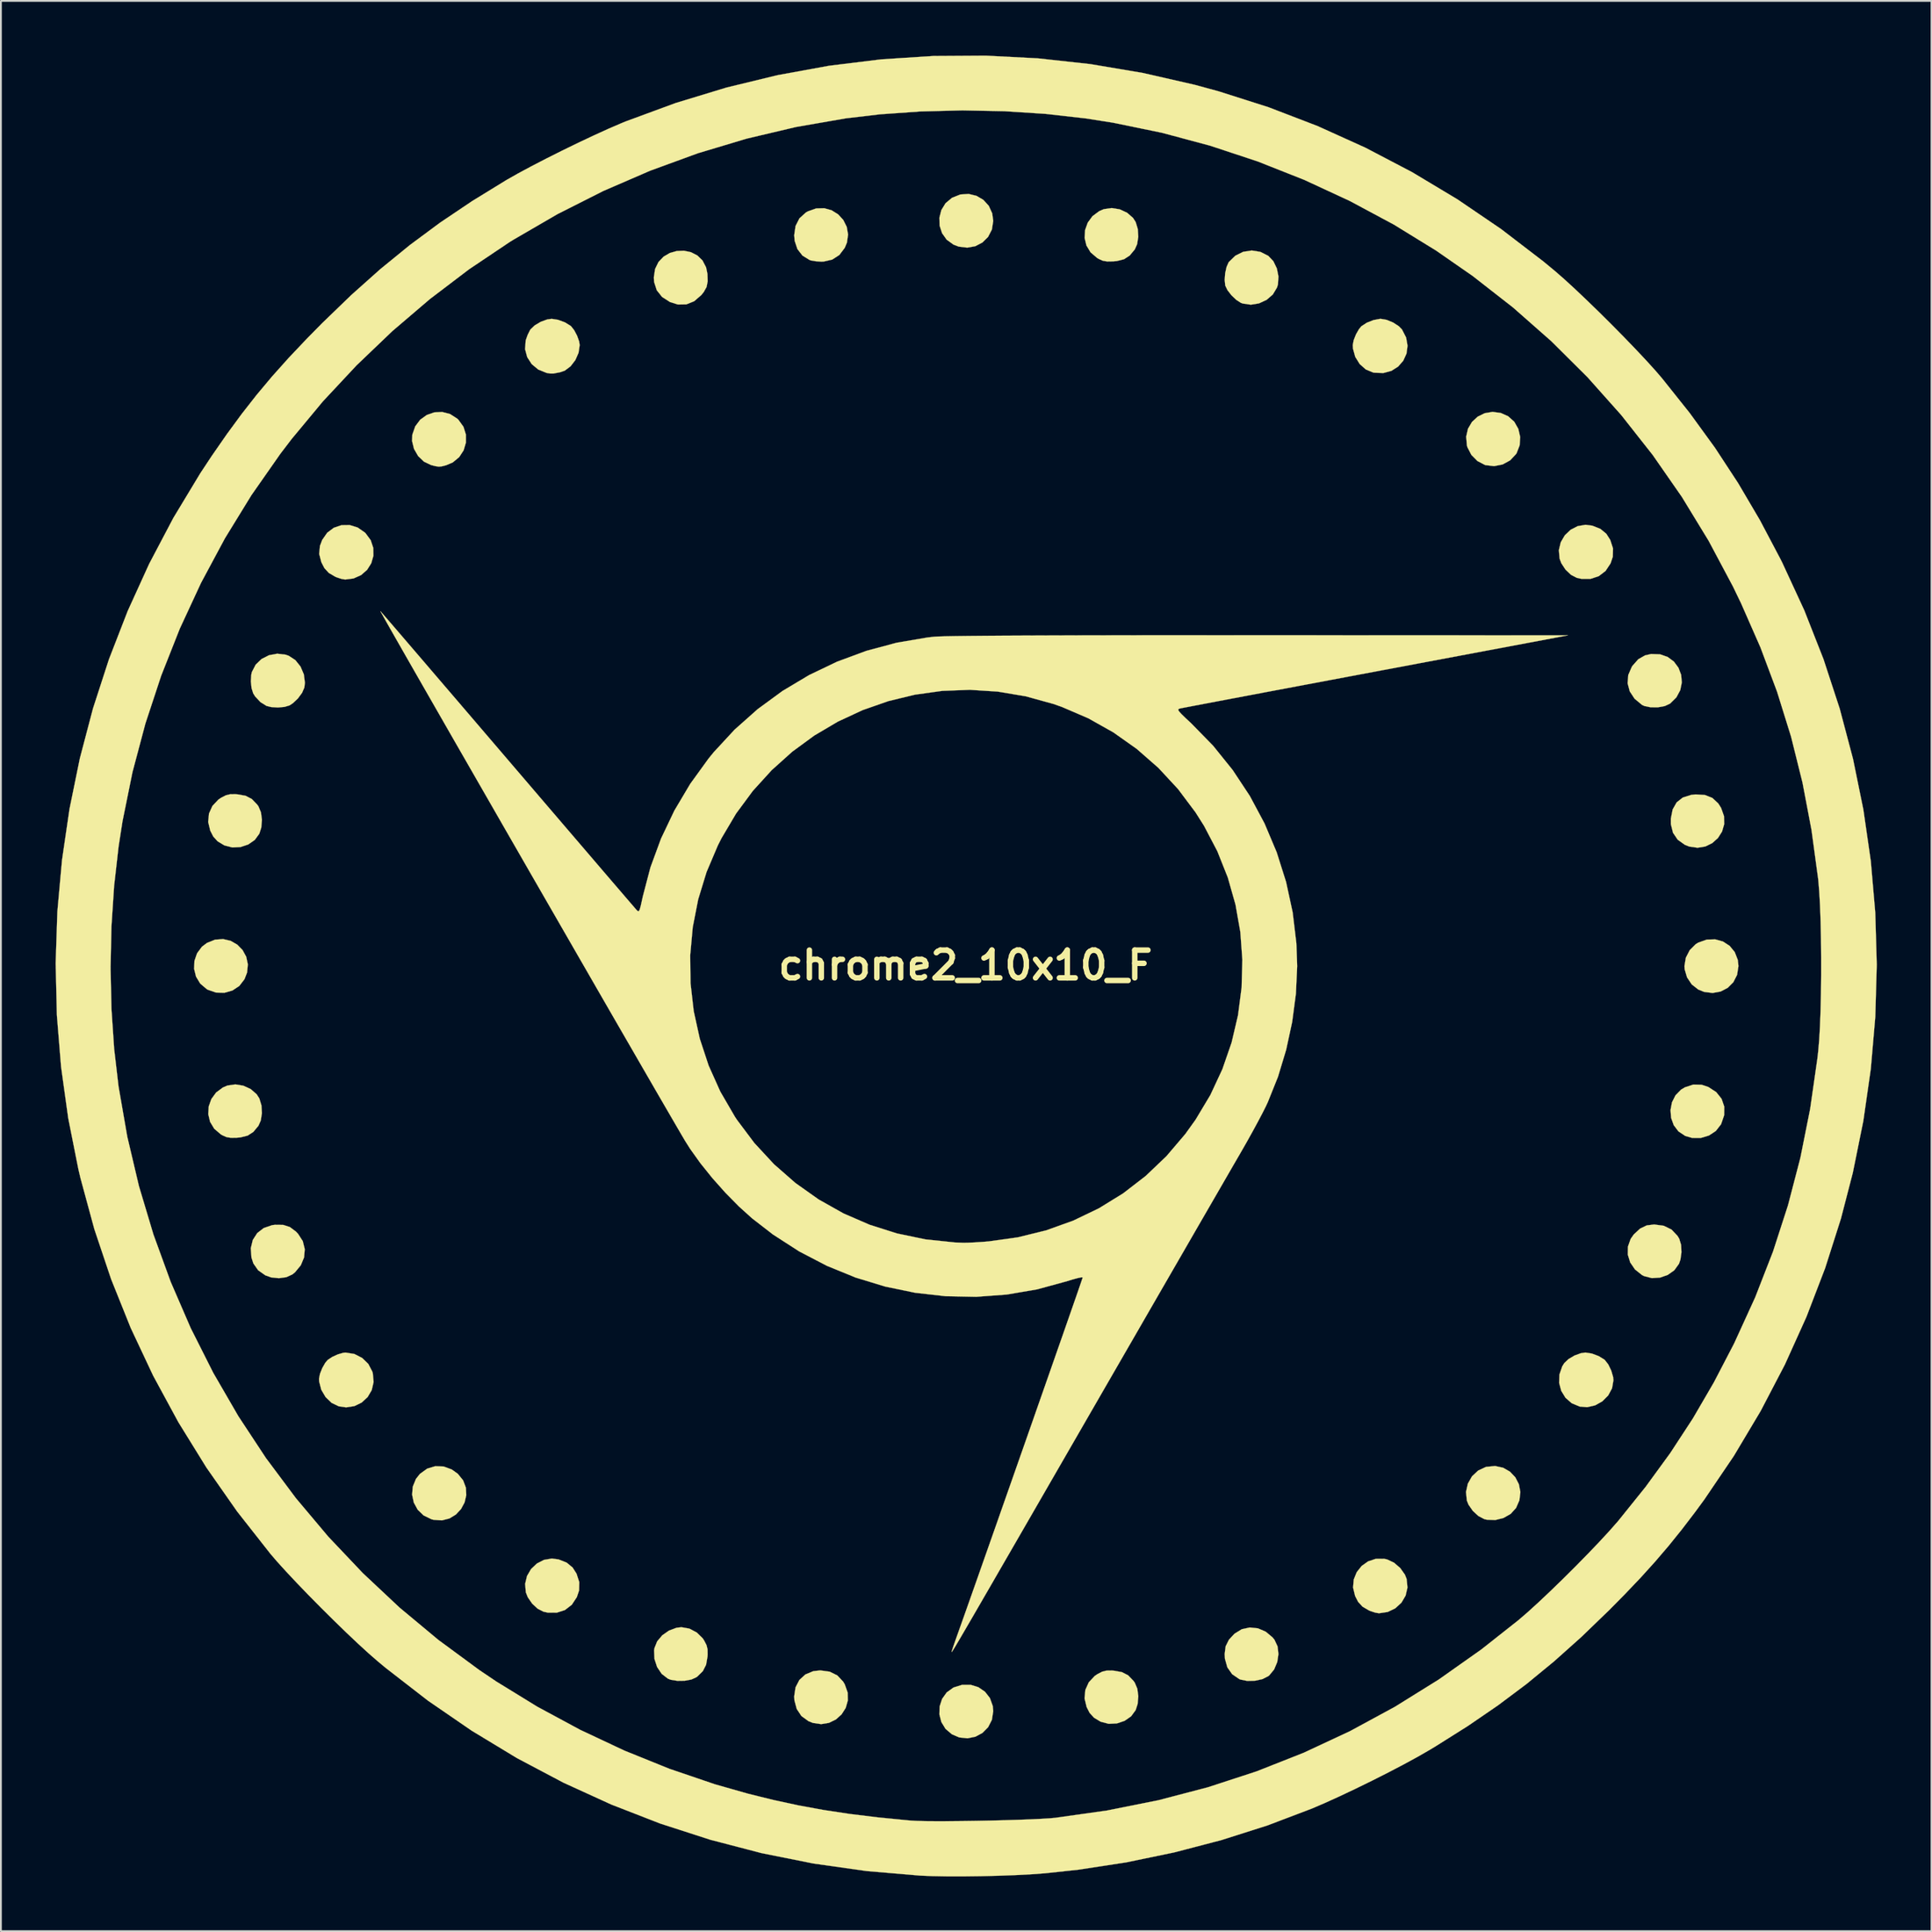
<source format=kicad_pcb>
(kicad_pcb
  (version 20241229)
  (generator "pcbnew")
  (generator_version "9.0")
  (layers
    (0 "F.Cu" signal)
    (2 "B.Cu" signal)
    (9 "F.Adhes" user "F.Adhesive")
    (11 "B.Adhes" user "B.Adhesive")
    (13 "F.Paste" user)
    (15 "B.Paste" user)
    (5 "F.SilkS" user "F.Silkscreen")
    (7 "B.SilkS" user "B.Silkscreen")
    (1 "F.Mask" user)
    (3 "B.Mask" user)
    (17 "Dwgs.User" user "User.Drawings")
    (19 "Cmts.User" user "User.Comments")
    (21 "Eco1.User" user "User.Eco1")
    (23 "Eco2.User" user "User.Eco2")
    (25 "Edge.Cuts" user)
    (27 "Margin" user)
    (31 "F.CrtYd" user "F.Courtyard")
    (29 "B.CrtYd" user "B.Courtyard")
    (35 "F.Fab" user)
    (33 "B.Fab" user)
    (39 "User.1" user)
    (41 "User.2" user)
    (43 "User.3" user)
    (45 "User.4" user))
  (footprint "chrome2_10x10_F"
    (layer "F.Cu")
    (at 49.93 49.921)
    (property "Reference" "chrome2_10x10_F" (at 0 0 0) (layer "F.SilkS") (effects (font (size 1.524 1.524) (thickness 0.3))))
    (attr through_hole)
    (fp_poly (pts (xy -40.323 -1.341) (xy -39.961 -1.134) (xy -39.67 -0.837) (xy -39.469 -0.469) (xy -39.38 -0.051) (xy -39.422 0.397) (xy -39.565 0.765) (xy -39.848 1.133) (xy -40.226 1.383) (xy -40.663 1.508) (xy -41.124 1.497) (xy -41.573 1.342) (xy -41.636 1.306) (xy -41.992 1.004) (xy -42.222 0.623) (xy -42.328 0.196) (xy -42.309 -0.243) (xy -42.166 -0.659) (xy -41.898 -1.019) (xy -41.628 -1.224) (xy -41.177 -1.406) (xy -40.735 -1.438) (xy -40.323 -1.341)) (stroke (width 0.01) (type solid)) (fill yes) (layer "F.SilkS"))
    (fp_poly (pts (xy -28.636 27.504) (xy -28.184 27.671) (xy -27.86 27.903) (xy -27.566 28.265) (xy -27.415 28.664) (xy -27.393 29.076) (xy -27.486 29.475) (xy -27.681 29.838) (xy -27.962 30.139) (xy -28.316 30.355) (xy -28.728 30.46) (xy -29.184 30.43) (xy -29.302 30.399) (xy -29.733 30.19) (xy -30.059 29.874) (xy -30.272 29.484) (xy -30.364 29.052) (xy -30.328 28.609) (xy -30.155 28.187) (xy -29.936 27.91) (xy -29.541 27.624) (xy -29.098 27.489) (xy -28.636 27.504)) (stroke (width 0.01) (type solid)) (fill yes) (layer "F.SilkS"))
    (fp_poly (pts (xy -22.332 32.602) (xy -21.885 32.779) (xy -21.559 33.047) (xy -21.343 33.386) (xy -21.192 33.852) (xy -21.203 34.306) (xy -21.326 34.671) (xy -21.602 35.089) (xy -21.975 35.377) (xy -22.422 35.525) (xy -22.921 35.523) (xy -23.162 35.469) (xy -23.481 35.304) (xy -23.781 35.023) (xy -24.017 34.679) (xy -24.124 34.408) (xy -24.163 33.945) (xy -24.059 33.511) (xy -23.837 33.131) (xy -23.519 32.829) (xy -23.131 32.629) (xy -22.696 32.555) (xy -22.332 32.602)) (stroke (width 0.01) (type solid)) (fill yes) (layer "F.SilkS"))
    (fp_poly (pts (xy -7.449 38.764) (xy -7.031 38.97) (xy -6.709 39.314) (xy -6.625 39.455) (xy -6.465 39.906) (xy -6.455 40.345) (xy -6.572 40.752) (xy -6.798 41.106) (xy -7.111 41.386) (xy -7.491 41.571) (xy -7.918 41.641) (xy -8.371 41.575) (xy -8.617 41.477) (xy -8.999 41.199) (xy -9.258 40.811) (xy -9.386 40.332) (xy -9.398 40.116) (xy -9.324 39.623) (xy -9.113 39.217) (xy -8.783 38.916) (xy -8.353 38.737) (xy -7.967 38.694) (xy -7.449 38.764)) (stroke (width 0.01) (type solid)) (fill yes) (layer "F.SilkS"))
    (fp_poly (pts (xy 0.605 -42.224) (xy 0.982 -42.002) (xy 1.279 -41.676) (xy 1.468 -41.262) (xy 1.524 -40.848) (xy 1.449 -40.373) (xy 1.242 -39.973) (xy 0.93 -39.664) (xy 0.539 -39.461) (xy 0.096 -39.381) (xy -0.371 -39.439) (xy -0.658 -39.549) (xy -1.03 -39.818) (xy -1.283 -40.175) (xy -1.417 -40.587) (xy -1.43 -41.02) (xy -1.323 -41.442) (xy -1.093 -41.818) (xy -0.74 -42.114) (xy -0.734 -42.118) (xy -0.28 -42.298) (xy 0.175 -42.328) (xy 0.605 -42.224)) (stroke (width 0.01) (type solid)) (fill yes) (layer "F.SilkS"))
    (fp_poly (pts (xy 0.709 39.616) (xy 1.071 39.864) (xy 1.343 40.213) (xy 1.498 40.646) (xy 1.524 40.932) (xy 1.449 41.408) (xy 1.243 41.81) (xy 0.933 42.123) (xy 0.548 42.331) (xy 0.114 42.419) (xy -0.341 42.371) (xy -0.742 42.2) (xy -1.094 41.901) (xy -1.323 41.525) (xy -1.43 41.103) (xy -1.416 40.67) (xy -1.282 40.258) (xy -1.03 39.903) (xy -0.661 39.636) (xy -0.652 39.632) (xy -0.179 39.484) (xy 0.284 39.484) (xy 0.709 39.616)) (stroke (width 0.01) (type solid)) (fill yes) (layer "F.SilkS"))
    (fp_poly (pts (xy 34.395 -24.125) (xy 34.842 -23.948) (xy 35.167 -23.68) (xy 35.383 -23.341) (xy 35.535 -22.874) (xy 35.523 -22.42) (xy 35.401 -22.056) (xy 35.126 -21.641) (xy 34.752 -21.354) (xy 34.304 -21.206) (xy 33.803 -21.206) (xy 33.551 -21.261) (xy 33.227 -21.429) (xy 32.927 -21.715) (xy 32.697 -22.068) (xy 32.604 -22.317) (xy 32.564 -22.781) (xy 32.668 -23.215) (xy 32.89 -23.595) (xy 33.206 -23.897) (xy 33.594 -24.098) (xy 34.029 -24.172) (xy 34.395 -24.125)) (stroke (width 0.01) (type solid)) (fill yes) (layer "F.SilkS"))
    (fp_poly (pts (xy 40.399 6.556) (xy 40.767 6.679) (xy 41.197 6.959) (xy 41.491 7.325) (xy 41.639 7.754) (xy 41.635 8.223) (xy 41.47 8.707) (xy 41.459 8.729) (xy 41.179 9.089) (xy 40.798 9.341) (xy 40.353 9.474) (xy 39.885 9.475) (xy 39.497 9.363) (xy 39.127 9.116) (xy 38.869 8.775) (xy 38.724 8.373) (xy 38.691 7.944) (xy 38.771 7.52) (xy 38.964 7.135) (xy 39.271 6.822) (xy 39.48 6.697) (xy 39.946 6.545) (xy 40.399 6.556)) (stroke (width 0.01) (type solid)) (fill yes) (layer "F.SilkS"))
    (fp_poly (pts (xy 40.579 -9.345) (xy 40.987 -9.183) (xy 41.309 -8.883) (xy 41.466 -8.636) (xy 41.625 -8.185) (xy 41.636 -7.745) (xy 41.518 -7.339) (xy 41.293 -6.985) (xy 40.98 -6.705) (xy 40.6 -6.52) (xy 40.173 -6.45) (xy 39.719 -6.516) (xy 39.474 -6.614) (xy 39.084 -6.893) (xy 38.828 -7.272) (xy 38.711 -7.74) (xy 38.709 -8.048) (xy 38.809 -8.554) (xy 39.028 -8.94) (xy 39.365 -9.205) (xy 39.821 -9.35) (xy 40.069 -9.376) (xy 40.579 -9.345)) (stroke (width 0.01) (type solid)) (fill yes) (layer "F.SilkS"))
    (fp_poly (pts (xy 41.568 -1.304) (xy 41.935 -1.066) (xy 42.215 -0.724) (xy 42.382 -0.295) (xy 42.418 0.042) (xy 42.344 0.523) (xy 42.138 0.927) (xy 41.828 1.237) (xy 41.439 1.44) (xy 40.999 1.519) (xy 40.533 1.459) (xy 40.213 1.329) (xy 39.856 1.05) (xy 39.598 0.663) (xy 39.466 0.216) (xy 39.455 0.042) (xy 39.532 -0.416) (xy 39.746 -0.831) (xy 40.07 -1.155) (xy 40.213 -1.244) (xy 40.681 -1.409) (xy 41.141 -1.424) (xy 41.568 -1.304)) (stroke (width 0.01) (type solid)) (fill yes) (layer "F.SilkS"))
    (fp_poly (pts (xy -37.439 14.247) (xy -37.075 14.363) (xy -36.746 14.609) (xy -36.624 14.737) (xy -36.365 15.138) (xy -36.256 15.579) (xy -36.294 16.03) (xy -36.474 16.462) (xy -36.791 16.845) (xy -36.932 16.961) (xy -37.264 17.114) (xy -37.673 17.17) (xy -38.098 17.127) (xy -38.418 17.014) (xy -38.815 16.734) (xy -39.074 16.364) (xy -39.181 16.036) (xy -39.217 15.526) (xy -39.106 15.071) (xy -38.864 14.695) (xy -38.506 14.418) (xy -38.049 14.262) (xy -37.892 14.242) (xy -37.439 14.247)) (stroke (width 0.01) (type solid)) (fill yes) (layer "F.SilkS"))
    (fp_poly (pts (xy -15.061 -39.13) (xy -14.713 -38.952) (xy -14.429 -38.675) (xy -14.233 -38.297) (xy -14.16 -37.942) (xy -14.146 -37.534) (xy -14.208 -37.221) (xy -14.366 -36.94) (xy -14.499 -36.777) (xy -14.888 -36.441) (xy -15.317 -36.269) (xy -15.779 -36.261) (xy -16.214 -36.397) (xy -16.648 -36.676) (xy -16.939 -37.043) (xy -17.084 -37.493) (xy -17.101 -37.746) (xy -17.031 -38.213) (xy -16.844 -38.594) (xy -16.567 -38.886) (xy -16.224 -39.087) (xy -15.842 -39.196) (xy -15.445 -39.211) (xy -15.061 -39.13)) (stroke (width 0.01) (type solid)) (fill yes) (layer "F.SilkS"))
    (fp_poly (pts (xy 29.377 -30.309) (xy 29.777 -30.13) (xy 30.114 -29.83) (xy 30.338 -29.437) (xy 30.44 -28.992) (xy 30.412 -28.535) (xy 30.246 -28.106) (xy 30.211 -28.051) (xy 29.889 -27.709) (xy 29.475 -27.484) (xy 29.011 -27.392) (xy 28.54 -27.447) (xy 28.508 -27.457) (xy 28.095 -27.672) (xy 27.762 -28.009) (xy 27.546 -28.428) (xy 27.518 -28.527) (xy 27.477 -29.011) (xy 27.578 -29.447) (xy 27.797 -29.818) (xy 28.111 -30.107) (xy 28.495 -30.296) (xy 28.925 -30.369) (xy 29.377 -30.309)) (stroke (width 0.01) (type solid)) (fill yes) (layer "F.SilkS"))
    (fp_poly (pts (xy 29.504 27.573) (xy 29.88 27.788) (xy 30.174 28.098) (xy 30.37 28.479) (xy 30.451 28.906) (xy 30.398 29.357) (xy 30.215 29.777) (xy 29.922 30.101) (xy 29.527 30.328) (xy 29.076 30.441) (xy 28.613 30.425) (xy 28.47 30.39) (xy 28.145 30.219) (xy 27.84 29.937) (xy 27.605 29.597) (xy 27.514 29.37) (xy 27.468 28.9) (xy 27.569 28.447) (xy 27.796 28.045) (xy 28.131 27.729) (xy 28.552 27.532) (xy 28.58 27.524) (xy 29.065 27.477) (xy 29.504 27.573)) (stroke (width 0.01) (type solid)) (fill yes) (layer "F.SilkS"))
    (fp_poly (pts (xy 38.117 -17.065) (xy 38.537 -16.918) (xy 38.877 -16.664) (xy 39.125 -16.329) (xy 39.273 -15.941) (xy 39.31 -15.523) (xy 39.226 -15.102) (xy 39.013 -14.704) (xy 38.665 -14.36) (xy 38.378 -14.227) (xy 38.003 -14.158) (xy 37.609 -14.157) (xy 37.262 -14.227) (xy 37.123 -14.292) (xy 36.718 -14.63) (xy 36.454 -15.032) (xy 36.337 -15.475) (xy 36.373 -15.932) (xy 36.568 -16.381) (xy 36.599 -16.429) (xy 36.919 -16.792) (xy 37.294 -17.007) (xy 37.626 -17.081) (xy 38.117 -17.065)) (stroke (width 0.01) (type solid)) (fill yes) (layer "F.SilkS"))
    (fp_poly (pts (xy 38.318 14.294) (xy 38.745 14.502) (xy 39.074 14.848) (xy 39.171 15.012) (xy 39.27 15.34) (xy 39.291 15.743) (xy 39.236 16.145) (xy 39.153 16.382) (xy 38.899 16.734) (xy 38.538 16.991) (xy 38.114 17.138) (xy 37.668 17.165) (xy 37.242 17.057) (xy 37.129 16.999) (xy 36.741 16.69) (xy 36.479 16.306) (xy 36.347 15.878) (xy 36.354 15.436) (xy 36.505 15.013) (xy 36.677 14.768) (xy 37.023 14.448) (xy 37.387 14.274) (xy 37.794 14.224) (xy 38.318 14.294)) (stroke (width 0.01) (type solid)) (fill yes) (layer "F.SilkS"))
    (fp_poly (pts (xy -33.355 -24.024) (xy -32.955 -23.745) (xy -32.925 -23.717) (xy -32.637 -23.326) (xy -32.496 -22.902) (xy -32.49 -22.472) (xy -32.607 -22.063) (xy -32.835 -21.701) (xy -33.164 -21.414) (xy -33.581 -21.228) (xy -34.036 -21.169) (xy -34.247 -21.205) (xy -34.512 -21.294) (xy -34.586 -21.326) (xy -34.936 -21.531) (xy -35.179 -21.797) (xy -35.345 -22.12) (xy -35.463 -22.57) (xy -35.424 -23.01) (xy -35.299 -23.341) (xy -35.023 -23.738) (xy -34.659 -24.01) (xy -34.238 -24.152) (xy -33.793 -24.158) (xy -33.355 -24.024)) (stroke (width 0.01) (type solid)) (fill yes) (layer "F.SilkS"))
    (fp_poly (pts (xy -28.284 -30.251) (xy -27.888 -29.996) (xy -27.825 -29.936) (xy -27.548 -29.552) (xy -27.413 -29.123) (xy -27.413 -28.682) (xy -27.539 -28.259) (xy -27.782 -27.887) (xy -28.134 -27.596) (xy -28.506 -27.438) (xy -28.731 -27.38) (xy -28.894 -27.363) (xy -29.071 -27.387) (xy -29.323 -27.451) (xy -29.714 -27.637) (xy -30.035 -27.946) (xy -30.261 -28.338) (xy -30.368 -28.774) (xy -30.353 -29.118) (xy -30.193 -29.576) (xy -29.92 -29.939) (xy -29.562 -30.197) (xy -29.151 -30.342) (xy -28.715 -30.363) (xy -28.284 -30.251)) (stroke (width 0.01) (type solid)) (fill yes) (layer "F.SilkS"))
    (fp_poly (pts (xy -7.339 -41.428) (xy -6.983 -41.205) (xy -6.702 -40.896) (xy -6.515 -40.521) (xy -6.442 -40.1) (xy -6.506 -39.654) (xy -6.625 -39.37) (xy -6.921 -38.979) (xy -7.312 -38.726) (xy -7.787 -38.618) (xy -7.916 -38.615) (xy -8.213 -38.634) (xy -8.471 -38.678) (xy -8.551 -38.703) (xy -8.943 -38.945) (xy -9.221 -39.302) (xy -9.372 -39.755) (xy -9.397 -40.064) (xy -9.323 -40.572) (xy -9.11 -40.989) (xy -8.76 -41.307) (xy -8.644 -41.374) (xy -8.19 -41.533) (xy -7.748 -41.544) (xy -7.339 -41.428)) (stroke (width 0.01) (type solid)) (fill yes) (layer "F.SilkS"))
    (fp_poly (pts (xy 16.049 36.385) (xy 16.477 36.569) (xy 16.853 36.884) (xy 16.956 37.011) (xy 17.126 37.373) (xy 17.174 37.797) (xy 17.109 38.235) (xy 16.938 38.641) (xy 16.669 38.968) (xy 16.619 39.008) (xy 16.295 39.171) (xy 15.885 39.26) (xy 15.458 39.27) (xy 15.084 39.194) (xy 15.028 39.17) (xy 14.637 38.903) (xy 14.372 38.527) (xy 14.239 38.051) (xy 14.224 37.794) (xy 14.279 37.37) (xy 14.459 37.008) (xy 14.768 36.677) (xy 15.162 36.435) (xy 15.6 36.339) (xy 16.049 36.385)) (stroke (width 0.01) (type solid)) (fill yes) (layer "F.SilkS"))
    (fp_poly (pts (xy 23.136 32.603) (xy 23.515 32.781) (xy 23.859 33.077) (xy 24.116 33.44) (xy 24.209 33.675) (xy 24.255 34.145) (xy 24.154 34.587) (xy 23.925 34.975) (xy 23.59 35.284) (xy 23.171 35.487) (xy 22.691 35.558) (xy 22.48 35.521) (xy 22.215 35.433) (xy 22.14 35.401) (xy 21.79 35.196) (xy 21.547 34.93) (xy 21.382 34.607) (xy 21.271 34.148) (xy 21.308 33.705) (xy 21.472 33.301) (xy 21.742 32.962) (xy 22.097 32.71) (xy 22.514 32.571) (xy 22.974 32.568) (xy 23.136 32.603)) (stroke (width 0.01) (type solid)) (fill yes) (layer "F.SilkS"))
    (fp_poly (pts (xy -39.626 6.608) (xy -39.221 6.794) (xy -38.896 7.078) (xy -38.748 7.308) (xy -38.633 7.69) (xy -38.608 8.116) (xy -38.671 8.52) (xy -38.798 8.806) (xy -39.078 9.142) (xy -39.389 9.345) (xy -39.786 9.444) (xy -39.985 9.462) (xy -40.313 9.467) (xy -40.551 9.428) (xy -40.773 9.329) (xy -40.865 9.275) (xy -41.224 8.968) (xy -41.451 8.591) (xy -41.55 8.173) (xy -41.526 7.746) (xy -41.381 7.339) (xy -41.121 6.982) (xy -40.75 6.706) (xy -40.498 6.599) (xy -40.067 6.536) (xy -39.626 6.608)) (stroke (width 0.01) (type solid)) (fill yes) (layer "F.SilkS"))
    (fp_poly (pts (xy -33.535 21.33) (xy -33.108 21.547) (xy -32.769 21.877) (xy -32.549 22.296) (xy -32.522 22.389) (xy -32.479 22.868) (xy -32.581 23.311) (xy -32.806 23.693) (xy -33.131 23.993) (xy -33.532 24.189) (xy -33.987 24.258) (xy -34.39 24.201) (xy -34.784 24.011) (xy -35.113 23.694) (xy -35.35 23.291) (xy -35.466 22.839) (xy -35.473 22.691) (xy -35.422 22.422) (xy -35.295 22.103) (xy -35.129 21.812) (xy -34.997 21.657) (xy -34.755 21.495) (xy -34.444 21.353) (xy -34.145 21.266) (xy -34.018 21.252) (xy -33.535 21.33)) (stroke (width 0.01) (type solid)) (fill yes) (layer "F.SilkS"))
    (fp_poly (pts (xy 8.465 -41.483) (xy 8.87 -41.296) (xy 9.195 -41.012) (xy 9.342 -40.783) (xy 9.457 -40.401) (xy 9.482 -39.974) (xy 9.42 -39.571) (xy 9.292 -39.284) (xy 9.013 -38.949) (xy 8.701 -38.746) (xy 8.305 -38.646) (xy 8.106 -38.629) (xy 7.777 -38.624) (xy 7.54 -38.662) (xy 7.318 -38.761) (xy 7.225 -38.816) (xy 6.866 -39.123) (xy 6.639 -39.5) (xy 6.54 -39.917) (xy 6.565 -40.345) (xy 6.71 -40.752) (xy 6.97 -41.108) (xy 7.341 -41.385) (xy 7.593 -41.492) (xy 8.024 -41.554) (xy 8.465 -41.483)) (stroke (width 0.01) (type solid)) (fill yes) (layer "F.SilkS"))
    (fp_poly (pts (xy 34.369 21.305) (xy 34.743 21.444) (xy 35.053 21.632) (xy 35.082 21.657) (xy 35.274 21.902) (xy 35.437 22.239) (xy 35.54 22.591) (xy 35.558 22.77) (xy 35.482 23.212) (xy 35.27 23.605) (xy 34.951 23.925) (xy 34.557 24.147) (xy 34.118 24.248) (xy 33.708 24.215) (xy 33.27 24.032) (xy 32.928 23.734) (xy 32.694 23.351) (xy 32.579 22.916) (xy 32.594 22.459) (xy 32.749 22.01) (xy 32.86 21.831) (xy 33.092 21.61) (xy 33.421 21.416) (xy 33.777 21.286) (xy 34.023 21.251) (xy 34.369 21.305)) (stroke (width 0.01) (type solid)) (fill yes) (layer "F.SilkS"))
    (fp_poly (pts (xy -39.958 -9.381) (xy -39.509 -9.304) (xy -39.163 -9.126) (xy -38.869 -8.821) (xy -38.798 -8.722) (xy -38.66 -8.393) (xy -38.607 -7.984) (xy -38.642 -7.559) (xy -38.748 -7.223) (xy -38.999 -6.88) (xy -39.357 -6.631) (xy -39.781 -6.489) (xy -40.229 -6.467) (xy -40.661 -6.579) (xy -40.682 -6.589) (xy -41.035 -6.8) (xy -41.278 -7.069) (xy -41.441 -7.388) (xy -41.555 -7.861) (xy -41.512 -8.324) (xy -41.323 -8.745) (xy -40.998 -9.091) (xy -40.84 -9.197) (xy -40.588 -9.327) (xy -40.358 -9.385) (xy -40.069 -9.388) (xy -39.958 -9.381)) (stroke (width 0.01) (type solid)) (fill yes) (layer "F.SilkS"))
    (fp_poly (pts (xy -37.306 -17.044) (xy -37.138 -16.986) (xy -36.773 -16.747) (xy -36.489 -16.393) (xy -36.307 -15.965) (xy -36.248 -15.507) (xy -36.279 -15.242) (xy -36.403 -14.955) (xy -36.627 -14.65) (xy -36.903 -14.387) (xy -37.092 -14.262) (xy -37.368 -14.18) (xy -37.727 -14.148) (xy -38.091 -14.17) (xy -38.354 -14.234) (xy -38.684 -14.439) (xy -38.974 -14.747) (xy -39.085 -14.924) (xy -39.176 -15.214) (xy -39.213 -15.581) (xy -39.192 -15.942) (xy -39.158 -16.093) (xy -38.95 -16.496) (xy -38.626 -16.808) (xy -38.22 -17.014) (xy -37.768 -17.098) (xy -37.306 -17.044)) (stroke (width 0.01) (type solid)) (fill yes) (layer "F.SilkS"))
    (fp_poly (pts (xy 8.132 38.709) (xy 8.582 38.787) (xy 8.928 38.964) (xy 9.222 39.27) (xy 9.292 39.369) (xy 9.431 39.698) (xy 9.484 40.107) (xy 9.449 40.532) (xy 9.342 40.868) (xy 9.092 41.21) (xy 8.734 41.46) (xy 8.31 41.602) (xy 7.861 41.624) (xy 7.43 41.511) (xy 7.408 41.502) (xy 7.056 41.291) (xy 6.812 41.021) (xy 6.65 40.703) (xy 6.536 40.23) (xy 6.579 39.766) (xy 6.768 39.346) (xy 7.093 38.999) (xy 7.25 38.893) (xy 7.503 38.764) (xy 7.733 38.706) (xy 8.021 38.702) (xy 8.132 38.709)) (stroke (width 0.01) (type solid)) (fill yes) (layer "F.SilkS"))
    (fp_poly (pts (xy 16.185 -39.149) (xy 16.617 -38.931) (xy 16.896 -38.637) (xy 17.087 -38.242) (xy 17.175 -37.8) (xy 17.147 -37.363) (xy 17.097 -37.195) (xy 16.868 -36.813) (xy 16.525 -36.517) (xy 16.109 -36.324) (xy 15.66 -36.251) (xy 15.219 -36.315) (xy 15.111 -36.355) (xy 14.858 -36.519) (xy 14.597 -36.768) (xy 14.38 -37.046) (xy 14.258 -37.298) (xy 14.257 -37.302) (xy 14.225 -37.613) (xy 14.253 -37.977) (xy 14.329 -38.322) (xy 14.442 -38.577) (xy 14.45 -38.588) (xy 14.809 -38.938) (xy 15.24 -39.152) (xy 15.71 -39.224) (xy 16.185 -39.149)) (stroke (width 0.01) (type solid)) (fill yes) (layer "F.SilkS"))
    (fp_poly (pts (xy 23.115 -35.418) (xy 23.471 -35.27) (xy 23.784 -35.067) (xy 23.951 -34.896) (xy 24.181 -34.45) (xy 24.259 -33.999) (xy 24.202 -33.567) (xy 24.025 -33.178) (xy 23.744 -32.855) (xy 23.375 -32.621) (xy 22.934 -32.501) (xy 22.436 -32.517) (xy 22.37 -32.53) (xy 21.968 -32.698) (xy 21.633 -32.996) (xy 21.39 -33.389) (xy 21.265 -33.842) (xy 21.254 -34.036) (xy 21.305 -34.305) (xy 21.431 -34.623) (xy 21.598 -34.914) (xy 21.729 -35.07) (xy 22.026 -35.262) (xy 22.397 -35.408) (xy 22.751 -35.474) (xy 22.788 -35.475) (xy 23.115 -35.418)) (stroke (width 0.01) (type solid)) (fill yes) (layer "F.SilkS"))
    (fp_poly (pts (xy -15.153 36.4) (xy -14.748 36.612) (xy -14.421 36.931) (xy -14.34 37.053) (xy -14.21 37.306) (xy -14.153 37.535) (xy -14.149 37.824) (xy -14.156 37.935) (xy -14.233 38.382) (xy -14.409 38.729) (xy -14.713 39.029) (xy -14.759 39.064) (xy -15.037 39.192) (xy -15.409 39.26) (xy -15.809 39.266) (xy -16.172 39.207) (xy -16.328 39.146) (xy -16.669 38.883) (xy -16.921 38.508) (xy -17.066 38.064) (xy -17.085 37.592) (xy -17.067 37.472) (xy -16.917 37.099) (xy -16.638 36.767) (xy -16.27 36.509) (xy -15.852 36.354) (xy -15.584 36.324) (xy -15.153 36.4)) (stroke (width 0.01) (type solid)) (fill yes) (layer "F.SilkS"))
    (fp_poly (pts (xy -22.358 -35.421) (xy -21.984 -35.283) (xy -21.674 -35.094) (xy -21.645 -35.07) (xy -21.472 -34.852) (xy -21.312 -34.548) (xy -21.2 -34.234) (xy -21.169 -34.036) (xy -21.232 -33.612) (xy -21.408 -33.211) (xy -21.669 -32.871) (xy -21.986 -32.634) (xy -22.212 -32.553) (xy -22.441 -32.507) (xy -22.606 -32.473) (xy -22.777 -32.473) (xy -22.987 -32.507) (xy -23.441 -32.691) (xy -23.801 -32.99) (xy -24.049 -33.373) (xy -24.166 -33.811) (xy -24.133 -34.275) (xy -24.125 -34.31) (xy -24.024 -34.596) (xy -23.896 -34.851) (xy -23.867 -34.896) (xy -23.635 -35.117) (xy -23.306 -35.311) (xy -22.95 -35.441) (xy -22.704 -35.475) (xy -22.358 -35.421)) (stroke (width 0.01) (type solid)) (fill yes) (layer "F.SilkS"))
    (fp_poly (pts (xy -32.029 -19.346) (xy -31.851 -19.141) (xy -31.577 -18.823) (xy -31.213 -18.4) (xy -30.767 -17.88) (xy -30.244 -17.27) (xy -29.652 -16.58) (xy -28.998 -15.816) (xy -28.287 -14.987) (xy -27.528 -14.101) (xy -26.727 -13.165) (xy -25.891 -12.188) (xy -25.061 -11.218) (xy -24.197 -10.209) (xy -23.363 -9.234) (xy -22.564 -8.301) (xy -21.808 -7.418) (xy -21.101 -6.593) (xy -20.45 -5.833) (xy -19.863 -5.147) (xy -19.345 -4.543) (xy -18.903 -4.029) (xy -18.545 -3.611) (xy -18.276 -3.299) (xy -18.105 -3.1) (xy -18.037 -3.023) (xy -17.973 -2.967) (xy -17.922 -2.972) (xy -17.874 -3.062) (xy -17.818 -3.262) (xy -17.744 -3.594) (xy -17.705 -3.776) (xy -17.285 -5.377) (xy -16.705 -6.953) (xy -15.975 -8.486) (xy -15.103 -9.955) (xy -14.1 -11.341) (xy -13.815 -11.691) (xy -12.668 -12.931) (xy -11.405 -14.054) (xy -10.037 -15.055) (xy -8.579 -15.926) (xy -7.041 -16.662) (xy -5.437 -17.255) (xy -3.778 -17.7) (xy -2.079 -17.989) (xy -1.706 -18.03) (xy -1.496 -18.042) (xy -1.117 -18.054) (xy -0.571 -18.064) (xy 0.143 -18.073) (xy 1.024 -18.081) (xy 2.071 -18.089) (xy 3.283 -18.095) (xy 4.66 -18.1) (xy 6.202 -18.105) (xy 7.907 -18.108) (xy 9.775 -18.111) (xy 11.806 -18.112) (xy 13.999 -18.113) (xy 16.117 -18.112) (xy 33.062 -18.106) (xy 22.521 -16.125) (xy 21.207 -15.878) (xy 19.937 -15.639) (xy 18.72 -15.41) (xy 17.569 -15.193) (xy 16.491 -14.99) (xy 15.499 -14.802) (xy 14.601 -14.633) (xy 13.808 -14.483) (xy 13.13 -14.354) (xy 12.577 -14.249) (xy 12.16 -14.169) (xy 11.889 -14.117) (xy 11.773 -14.094) (xy 11.772 -14.093) (xy 11.696 -14.065) (xy 11.675 -14.017) (xy 11.723 -13.929) (xy 11.856 -13.783) (xy 12.086 -13.559) (xy 12.387 -13.278) (xy 13.588 -12.05) (xy 14.663 -10.716) (xy 15.607 -9.288) (xy 16.413 -7.78) (xy 17.078 -6.204) (xy 17.594 -4.574) (xy 17.956 -2.902) (xy 18.159 -1.202) (xy 18.203 0.042) (xy 18.133 1.561) (xy 17.929 3.106) (xy 17.598 4.637) (xy 17.151 6.115) (xy 16.595 7.501) (xy 16.477 7.755) (xy 16.29 8.125) (xy 16.039 8.6) (xy 15.746 9.14) (xy 15.432 9.703) (xy 15.119 10.25) (xy 15.093 10.295) (xy 14.95 10.542) (xy 14.726 10.927) (xy 14.429 11.442) (xy 14.062 12.077) (xy 13.631 12.823) (xy 13.14 13.672) (xy 12.595 14.615) (xy 12.002 15.643) (xy 11.364 16.748) (xy 10.687 17.92) (xy 9.977 19.151) (xy 9.238 20.432) (xy 8.475 21.754) (xy 7.693 23.109) (xy 6.898 24.487) (xy 6.86 24.553) (xy 5.917 26.187) (xy 5.056 27.68) (xy 4.272 29.039) (xy 3.562 30.27) (xy 2.921 31.38) (xy 2.347 32.374) (xy 1.836 33.258) (xy 1.385 34.04) (xy 0.988 34.725) (xy 0.644 35.32) (xy 0.348 35.831) (xy 0.096 36.263) (xy -0.114 36.624) (xy -0.287 36.92) (xy -0.426 37.156) (xy -0.535 37.34) (xy -0.618 37.476) (xy -0.678 37.573) (xy -0.718 37.635) (xy -0.743 37.669) (xy -0.756 37.682) (xy -0.76 37.679) (xy -0.761 37.677) (xy -0.734 37.584) (xy -0.662 37.368) (xy -0.556 37.062) (xy -0.459 36.788) (xy -0.305 36.355) (xy -0.109 35.804) (xy 0.124 35.145) (xy 0.39 34.391) (xy 0.686 33.553) (xy 1.006 32.642) (xy 1.348 31.671) (xy 1.707 30.651) (xy 2.078 29.593) (xy 2.459 28.51) (xy 2.844 27.413) (xy 3.23 26.314) (xy 3.612 25.224) (xy 3.986 24.155) (xy 4.349 23.119) (xy 4.696 22.128) (xy 5.023 21.192) (xy 5.327 20.325) (xy 5.602 19.536) (xy 5.845 18.839) (xy 6.052 18.245) (xy 6.218 17.765) (xy 6.34 17.411) (xy 6.413 17.195) (xy 6.435 17.128) (xy 6.36 17.122) (xy 6.158 17.164) (xy 5.862 17.245) (xy 5.577 17.334) (xy 3.937 17.782) (xy 2.272 18.067) (xy 0.592 18.192) (xy -1.089 18.159) (xy -2.761 17.97) (xy -4.412 17.628) (xy -6.029 17.135) (xy -7.601 16.493) (xy -9.116 15.705) (xy -10.562 14.773) (xy -11.703 13.89) (xy -12.43 13.235) (xy -13.168 12.486) (xy -13.884 11.682) (xy -14.543 10.863) (xy -15.11 10.069) (xy -15.382 9.638) (xy -15.544 9.364) (xy -15.777 8.965) (xy -16.077 8.45) (xy -16.439 7.826) (xy -16.859 7.103) (xy -17.33 6.288) (xy -17.849 5.391) (xy -18.41 4.419) (xy -19.01 3.381) (xy -19.642 2.286) (xy -20.302 1.141) (xy -20.985 -0.045) (xy -21.279 -0.555) (xy -15.105 -0.555) (xy -15.087 0.986) (xy -14.912 2.518) (xy -14.58 4.027) (xy -14.094 5.502) (xy -13.453 6.931) (xy -12.658 8.3) (xy -12.541 8.478) (xy -11.581 9.757) (xy -10.508 10.916) (xy -9.329 11.948) (xy -8.056 12.85) (xy -6.696 13.615) (xy -5.261 14.238) (xy -3.758 14.715) (xy -2.198 15.041) (xy -0.59 15.209) (xy -0.127 15.228) (xy 0.134 15.224) (xy 0.509 15.207) (xy 0.94 15.179) (xy 1.266 15.153) (xy 2.872 14.929) (xy 4.422 14.548) (xy 5.907 14.016) (xy 7.319 13.338) (xy 8.649 12.519) (xy 9.888 11.563) (xy 11.028 10.477) (xy 12.061 9.264) (xy 12.625 8.478) (xy 13.44 7.118) (xy 14.1 5.701) (xy 14.606 4.238) (xy 14.957 2.742) (xy 15.154 1.225) (xy 15.196 -0.302) (xy 15.085 -1.826) (xy 14.818 -3.335) (xy 14.397 -4.817) (xy 13.822 -6.261) (xy 13.092 -7.654) (xy 12.625 -8.393) (xy 11.668 -9.669) (xy 10.59 -10.832) (xy 9.403 -11.872) (xy 8.116 -12.782) (xy 6.742 -13.554) (xy 5.289 -14.179) (xy 4.826 -14.342) (xy 3.304 -14.762) (xy 1.773 -15.019) (xy 0.244 -15.117) (xy -1.273 -15.059) (xy -2.766 -14.852) (xy -4.225 -14.499) (xy -5.639 -14.005) (xy -6.998 -13.374) (xy -8.291 -12.611) (xy -9.506 -11.721) (xy -10.635 -10.707) (xy -11.665 -9.575) (xy -12.586 -8.329) (xy -13.388 -6.973) (xy -13.59 -6.573) (xy -14.209 -5.115) (xy -14.667 -3.618) (xy -14.965 -2.094) (xy -15.105 -0.555) (xy -21.279 -0.555) (xy -21.686 -1.262) (xy -22.401 -2.504) (xy -23.125 -3.761) (xy -23.853 -5.025) (xy -24.579 -6.288) (xy -25.3 -7.541) (xy -26.009 -8.776) (xy -26.703 -9.984) (xy -27.377 -11.157) (xy -28.026 -12.286) (xy -28.644 -13.364) (xy -29.227 -14.381) (xy -29.771 -15.33) (xy -30.27 -16.201) (xy -30.719 -16.986) (xy -31.114 -17.678) (xy -31.45 -18.267) (xy -31.721 -18.745) (xy -31.924 -19.104) (xy -32.053 -19.335) (xy -32.103 -19.429) (xy -32.103 -19.431) (xy -32.029 -19.346)) (stroke (width 0.01) (type solid)) (fill yes) (layer "F.SilkS"))
    (fp_poly (pts (xy 3.989 -49.767) (xy 6.86 -49.452) (xy 9.723 -48.969) (xy 12.572 -48.319) (xy 13.884 -47.962) (xy 16.63 -47.087) (xy 19.32 -46.054) (xy 21.948 -44.865) (xy 24.507 -43.525) (xy 26.991 -42.036) (xy 29.393 -40.402) (xy 31.708 -38.627) (xy 32.343 -38.102) (xy 32.84 -37.669) (xy 33.423 -37.135) (xy 34.066 -36.526) (xy 34.747 -35.866) (xy 35.441 -35.177) (xy 36.124 -34.485) (xy 36.773 -33.812) (xy 37.363 -33.184) (xy 37.871 -32.623) (xy 38.221 -32.216) (xy 39.743 -30.307) (xy 41.128 -28.401) (xy 42.403 -26.454) (xy 43.595 -24.428) (xy 44.729 -22.28) (xy 44.822 -22.094) (xy 46.033 -19.473) (xy 47.084 -16.801) (xy 47.975 -14.082) (xy 48.705 -11.325) (xy 49.274 -8.535) (xy 49.681 -5.718) (xy 49.926 -2.881) (xy 50.008 -0.03) (xy 49.927 2.827) (xy 49.681 5.686) (xy 49.271 8.539) (xy 48.695 11.38) (xy 48.042 13.901) (xy 47.175 16.619) (xy 46.149 19.291) (xy 44.967 21.908) (xy 43.637 24.457) (xy 42.163 26.928) (xy 40.551 29.308) (xy 40.031 30.017) (xy 39.304 30.968) (xy 38.584 31.861) (xy 37.842 32.728) (xy 37.05 33.604) (xy 36.178 34.52) (xy 35.314 35.394) (xy 33.795 36.86) (xy 32.297 38.199) (xy 30.785 39.441) (xy 29.22 40.613) (xy 27.567 41.745) (xy 25.789 42.865) (xy 25.485 43.048) (xy 24.836 43.422) (xy 24.066 43.842) (xy 23.212 44.289) (xy 22.31 44.745) (xy 21.396 45.192) (xy 20.506 45.613) (xy 19.676 45.989) (xy 19.008 46.275) (xy 16.576 47.199) (xy 14.047 48.004) (xy 11.451 48.682) (xy 8.818 49.228) (xy 6.177 49.632) (xy 4.365 49.826) (xy 3.612 49.881) (xy 2.747 49.926) (xy 1.811 49.961) (xy 0.844 49.984) (xy -0.114 49.996) (xy -1.021 49.995) (xy -1.838 49.98) (xy -2.478 49.954) (xy -5.43 49.703) (xy -8.337 49.291) (xy -11.196 48.718) (xy -14.002 47.986) (xy -16.751 47.097) (xy -19.438 46.052) (xy -22.061 44.854) (xy -24.614 43.504) (xy -27.093 42.003) (xy -29.494 40.354) (xy -31.813 38.557) (xy -32.258 38.187) (xy -32.756 37.753) (xy -33.338 37.22) (xy -33.982 36.611) (xy -34.662 35.95) (xy -35.356 35.262) (xy -36.04 34.569) (xy -36.688 33.897) (xy -37.278 33.268) (xy -37.786 32.708) (xy -38.136 32.3) (xy -39.967 29.971) (xy -41.652 27.562) (xy -43.188 25.078) (xy -44.573 22.524) (xy -45.805 19.903) (xy -46.882 17.222) (xy -47.801 14.484) (xy -48.559 11.694) (xy -48.677 11.196) (xy -49.235 8.393) (xy -49.628 5.57) (xy -49.858 2.734) (xy -49.919 0.138) (xy -46.914 0.138) (xy -46.864 2.392) (xy -46.716 4.592) (xy -46.476 6.646) (xy -45.996 9.405) (xy -45.356 12.116) (xy -44.56 14.774) (xy -43.613 17.373) (xy -42.517 19.905) (xy -41.278 22.365) (xy -39.899 24.746) (xy -38.385 27.043) (xy -36.739 29.247) (xy -34.966 31.354) (xy -33.069 33.356) (xy -31.053 35.248) (xy -28.921 37.023) (xy -26.678 38.674) (xy -25.739 39.307) (xy -23.489 40.689) (xy -21.141 41.955) (xy -18.719 43.093) (xy -16.248 44.092) (xy -13.752 44.942) (xy -11.938 45.458) (xy -10.539 45.804) (xy -9.167 46.1) (xy -7.784 46.354) (xy -6.353 46.57) (xy -4.834 46.756) (xy -3.189 46.918) (xy -2.963 46.937) (xy -2.642 46.954) (xy -2.177 46.965) (xy -1.595 46.969) (xy -0.922 46.968) (xy -0.183 46.961) (xy 0.594 46.95) (xy 1.385 46.934) (xy 2.163 46.915) (xy 2.902 46.892) (xy 3.577 46.867) (xy 4.161 46.839) (xy 4.628 46.81) (xy 4.911 46.785) (xy 7.777 46.381) (xy 10.576 45.821) (xy 13.307 45.106) (xy 15.971 44.236) (xy 18.569 43.21) (xy 21.101 42.028) (xy 23.569 40.689) (xy 25.973 39.194) (xy 28.312 37.542) (xy 30.356 35.928) (xy 30.862 35.491) (xy 31.453 34.953) (xy 32.103 34.339) (xy 32.787 33.676) (xy 33.477 32.99) (xy 34.148 32.306) (xy 34.774 31.651) (xy 35.329 31.051) (xy 35.786 30.532) (xy 35.83 30.48) (xy 37.322 28.625) (xy 38.675 26.769) (xy 39.916 24.871) (xy 41.069 22.891) (xy 42.162 20.79) (xy 42.205 20.701) (xy 43.338 18.221) (xy 44.314 15.715) (xy 45.139 13.167) (xy 45.818 10.562) (xy 46.353 7.886) (xy 46.75 5.122) (xy 46.794 4.741) (xy 46.848 4.119) (xy 46.892 3.358) (xy 46.925 2.489) (xy 46.947 1.544) (xy 46.958 0.551) (xy 46.958 -0.458) (xy 46.948 -1.454) (xy 46.927 -2.405) (xy 46.895 -3.281) (xy 46.852 -4.052) (xy 46.799 -4.688) (xy 46.793 -4.741) (xy 46.427 -7.431) (xy 45.934 -10.024) (xy 45.307 -12.543) (xy 44.539 -15.01) (xy 43.626 -17.445) (xy 42.559 -19.873) (xy 42.118 -20.786) (xy 40.783 -23.294) (xy 39.315 -25.701) (xy 37.715 -28.002) (xy 35.986 -30.196) (xy 34.13 -32.278) (xy 32.151 -34.246) (xy 30.05 -36.097) (xy 27.831 -37.829) (xy 25.823 -39.223) (xy 23.505 -40.649) (xy 21.091 -41.943) (xy 18.595 -43.1) (xy 16.034 -44.113) (xy 13.421 -44.978) (xy 10.773 -45.687) (xy 8.105 -46.237) (xy 6.604 -46.473) (xy 4.405 -46.722) (xy 2.132 -46.869) (xy -0.173 -46.914) (xy -2.467 -46.856) (xy -4.706 -46.697) (xy -6.562 -46.478) (xy -9.298 -46.003) (xy -12.006 -45.364) (xy -14.679 -44.563) (xy -17.305 -43.603) (xy -19.877 -42.489) (xy -22.385 -41.223) (xy -24.82 -39.809) (xy -25.019 -39.685) (xy -27.234 -38.199) (xy -29.382 -36.567) (xy -31.447 -34.804) (xy -33.412 -32.925) (xy -35.26 -30.947) (xy -36.974 -28.884) (xy -37.596 -28.069) (xy -39.183 -25.799) (xy -40.635 -23.435) (xy -41.947 -20.989) (xy -43.115 -18.471) (xy -44.135 -15.892) (xy -45.002 -13.264) (xy -45.711 -10.597) (xy -46.258 -7.902) (xy -46.473 -6.519) (xy -46.718 -4.36) (xy -46.865 -2.127) (xy -46.914 0.138) (xy -49.919 0.138) (xy -49.925 -0.107) (xy -49.831 -2.944) (xy -49.577 -5.769) (xy -49.166 -8.575) (xy -48.598 -11.353) (xy -47.876 -14.095) (xy -47 -16.794) (xy -45.972 -19.441) (xy -44.794 -22.029) (xy -43.467 -24.549) (xy -41.992 -26.993) (xy -41.358 -27.953) (xy -40.525 -29.153) (xy -39.714 -30.257) (xy -38.899 -31.298) (xy -38.05 -32.311) (xy -37.14 -33.329) (xy -36.14 -34.385) (xy -35.31 -35.228) (xy -33.697 -36.786) (xy -32.1 -38.21) (xy -30.487 -39.525) (xy -28.823 -40.758) (xy -27.074 -41.934) (xy -25.207 -43.081) (xy -25.188 -43.092) (xy -24.568 -43.444) (xy -23.828 -43.842) (xy -23.004 -44.268) (xy -22.133 -44.705) (xy -21.25 -45.135) (xy -20.392 -45.54) (xy -19.594 -45.903) (xy -18.892 -46.206) (xy -18.651 -46.305) (xy -15.903 -47.317) (xy -13.12 -48.164) (xy -10.309 -48.846) (xy -7.475 -49.363) (xy -4.623 -49.713) (xy -1.758 -49.898) (xy 1.114 -49.916) (xy 3.989 -49.767)) (stroke (width 0.01) (type solid)) (fill yes) (layer "F.SilkS")))
  (gr_rect
    (start -3 -3)
    (end 102.943 102.922)
    (stroke (width 0.1) (type default))
    (fill no)
    (layer "Edge.Cuts")))
</source>
